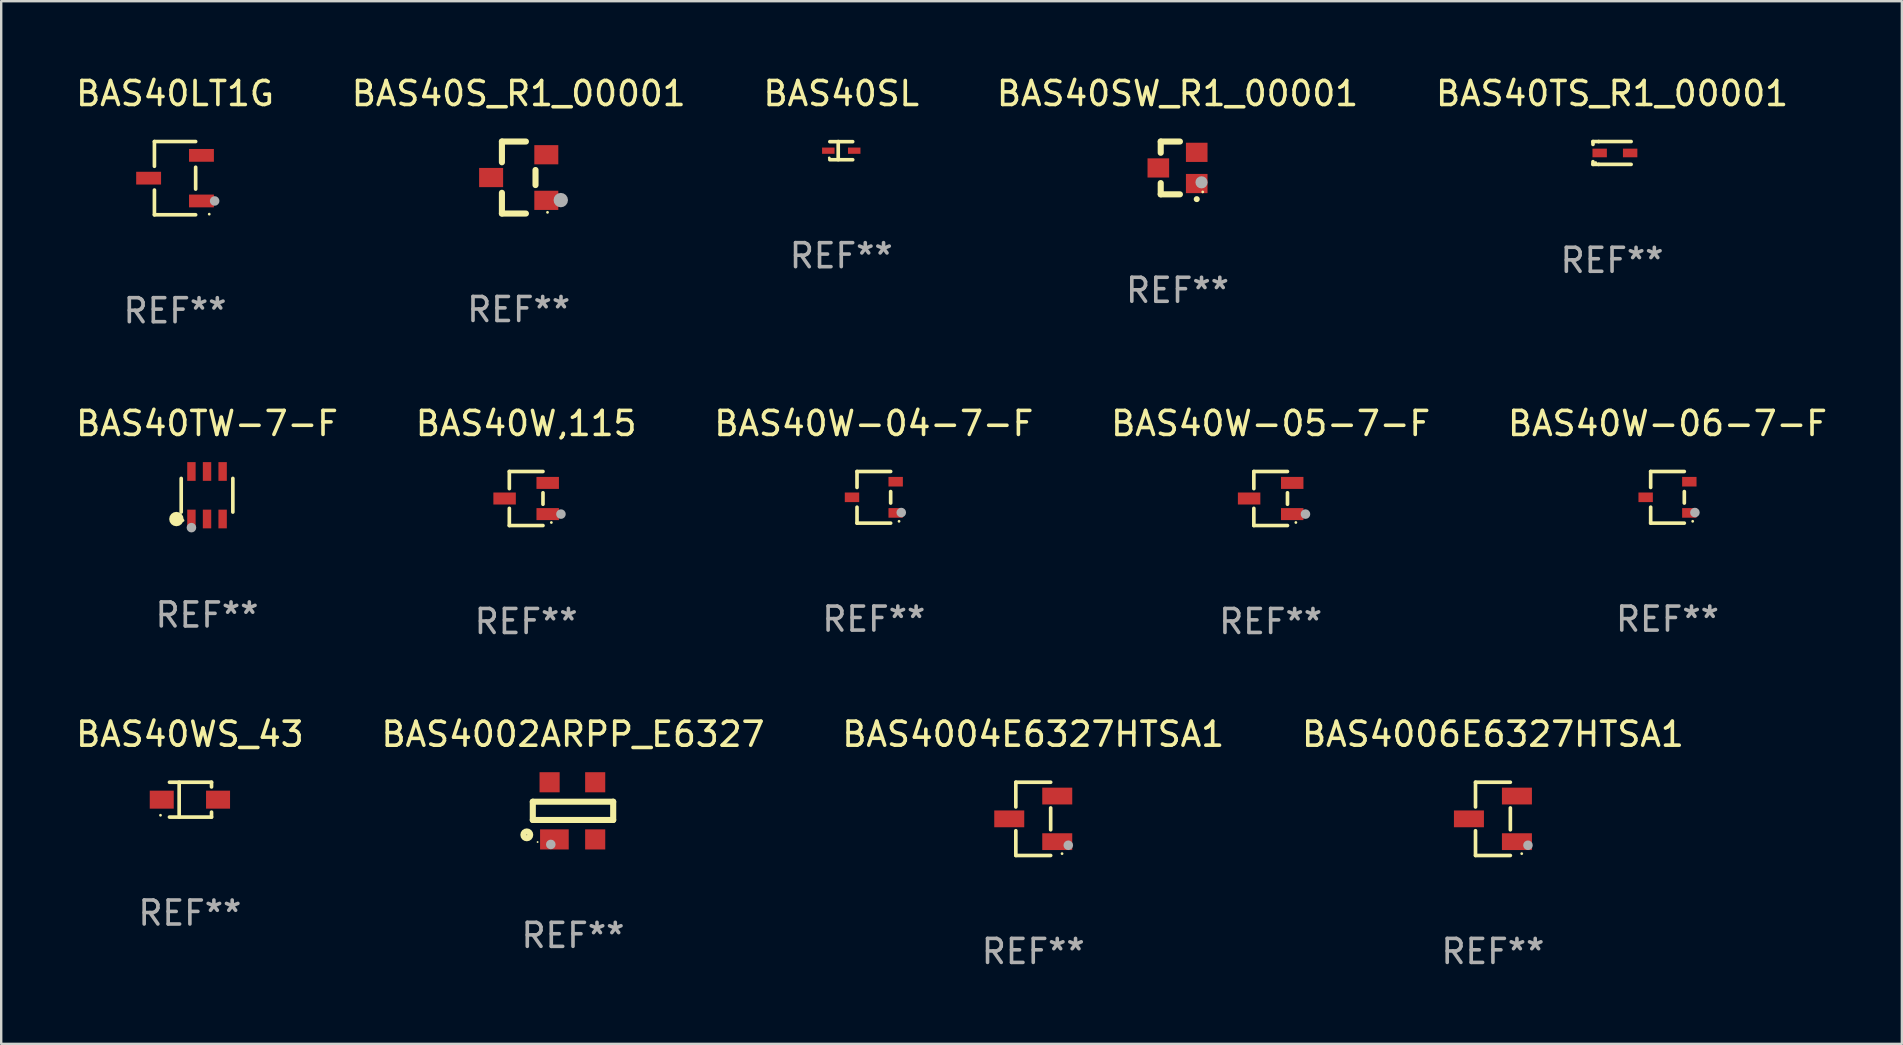
<source format=kicad_pcb>
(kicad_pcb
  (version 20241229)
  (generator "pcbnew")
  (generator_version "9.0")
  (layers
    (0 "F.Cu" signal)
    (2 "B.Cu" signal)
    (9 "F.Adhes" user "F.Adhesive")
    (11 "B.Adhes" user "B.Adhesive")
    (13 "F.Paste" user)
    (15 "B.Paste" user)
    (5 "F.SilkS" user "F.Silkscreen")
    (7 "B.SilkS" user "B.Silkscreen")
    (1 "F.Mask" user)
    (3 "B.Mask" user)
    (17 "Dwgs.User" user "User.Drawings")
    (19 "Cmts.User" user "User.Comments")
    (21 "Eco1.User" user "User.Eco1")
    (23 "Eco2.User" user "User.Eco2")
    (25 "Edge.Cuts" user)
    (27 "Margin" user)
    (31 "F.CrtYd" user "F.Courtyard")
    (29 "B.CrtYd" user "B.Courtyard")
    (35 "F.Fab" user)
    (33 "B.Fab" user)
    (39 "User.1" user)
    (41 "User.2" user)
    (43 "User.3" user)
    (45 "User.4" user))
  (footprint "BAS4006E6327HTSA1"
    (layer "F.Cu")
    (at 59.161 31.072)
    (property "Reference" "BAS4006E6327HTSA1" (at 0 -3.526 0) (layer "F.SilkS") (effects (font (size 1 1) (thickness 0.15))))
    (attr through_hole)
    (fp_line (start -0.726 -1.526) (end -0.726 -0.495) (stroke (width 0.152) (type solid)) (layer "F.SilkS"))
    (fp_line (start -0.726 1.526) (end -0.726 0.495) (stroke (width 0.152) (type solid)) (layer "F.SilkS"))
    (fp_line (start 0.726 -1.526) (end -0.726 -1.526) (stroke (width 0.152) (type solid)) (layer "F.SilkS"))
    (fp_line (start 0.726 -0.455) (end 0.726 0.455) (stroke (width 0.152) (type solid)) (layer "F.SilkS"))
    (fp_line (start 0.726 1.526) (end -0.726 1.526) (stroke (width 0.152) (type solid)) (layer "F.SilkS"))
    (fp_circle (center 1.2 1.45) (end 1.23 1.45) (stroke (width 0.06) (type solid)) (fill no) (layer "F.SilkS"))
    (fp_circle (center 1.46 1.1) (end 1.56 1.1) (stroke (width 0.2) (type solid)) (fill no) (layer "F.Fab"))
    (fp_text user "REF**" (at 0 5.526 0) (layer "F.Fab") (effects (font (size 1 1) (thickness 0.15))))
    (pad "1" smd rect (at 1 0.95) (size 1.25 0.7) (layers "F.Cu" "F.Mask" "F.Paste"))
    (pad "2" smd rect (at 1 -0.95) (size 1.25 0.7) (layers "F.Cu" "F.Mask" "F.Paste"))
    (pad "3" smd rect (at -1 0) (size 1.25 0.7) (layers "F.Cu" "F.Mask" "F.Paste")))
  (footprint "BAS40TS_R1_00001"
    (layer "F.Cu")
    (at 64.125 3.324)
    (property "Reference" "BAS40TS_R1_00001" (at 0 -2.476 0) (layer "F.SilkS") (effects (font (size 1 1) (thickness 0.15))))
    (attr through_hole)
    (fp_line (start -0.795 -0.476) (end -0.795 -0.356) (stroke (width 0.152) (type solid)) (layer "F.SilkS"))
    (fp_line (start -0.795 0.363) (end -0.795 0.476) (stroke (width 0.152) (type solid)) (layer "F.SilkS"))
    (fp_line (start -0.795 0.476) (end -0.557 0.476) (stroke (width 0.152) (type solid)) (layer "F.SilkS"))
    (fp_line (start -0.557 -0.476) (end -0.795 -0.476) (stroke (width 0.152) (type solid)) (layer "F.SilkS"))
    (fp_line (start -0.557 -0.476) (end 0.795 -0.476) (stroke (width 0.152) (type solid)) (layer "F.SilkS"))
    (fp_line (start -0.557 0.476) (end 0.795 0.476) (stroke (width 0.152) (type solid)) (layer "F.SilkS"))
    (fp_circle (center -0.681 0.4) (end -0.651 0.4) (stroke (width 0.06) (type solid)) (fill no) (layer "F.SilkS"))
    (fp_text user "REF**" (at 0 4.476 0) (layer "F.Fab") (effects (font (size 1 1) (thickness 0.15))))
    (pad "1" smd rect (at -0.516 -0.000051 180) (size 0.6 0.36) (layers "F.Cu" "F.Mask" "F.Paste"))
    (pad "2" smd rect (at 0.754 -0.000051 180) (size 0.6 0.36) (layers "F.Cu" "F.Mask" "F.Paste")))
  (footprint "BAS40W-06-7-F"
    (layer "F.Cu")
    (at 66.435 17.673)
    (property "Reference" "BAS40W-06-7-F" (at 0 -3.076 0) (layer "F.SilkS") (effects (font (size 1 1) (thickness 0.15))))
    (attr through_hole)
    (fp_line (start -0.701 -1.076) (end -0.701 -0.411) (stroke (width 0.152) (type solid)) (layer "F.SilkS"))
    (fp_line (start -0.701 1.076) (end -0.701 0.411) (stroke (width 0.152) (type solid)) (layer "F.SilkS"))
    (fp_line (start 0.701 -1.076) (end -0.701 -1.076) (stroke (width 0.152) (type solid)) (layer "F.SilkS"))
    (fp_line (start 0.701 -0.239) (end 0.701 0.239) (stroke (width 0.152) (type solid)) (layer "F.SilkS"))
    (fp_line (start 0.701 1.076) (end -0.701 1.076) (stroke (width 0.152) (type solid)) (layer "F.SilkS"))
    (fp_circle (center 1.05 1) (end 1.08 1) (stroke (width 0.06) (type solid)) (fill no) (layer "F.SilkS"))
    (fp_circle (center 1.143 0.635) (end 1.243 0.635) (stroke (width 0.2) (type solid)) (fill no) (layer "F.Fab"))
    (fp_text user "REF**" (at 0 5.076 0) (layer "F.Fab") (effects (font (size 1 1) (thickness 0.15))))
    (pad "1" smd rect (at 0.91 0.65) (size 0.6 0.4) (layers "F.Cu" "F.Mask" "F.Paste"))
    (pad "2" smd rect (at 0.91 -0.65) (size 0.6 0.4) (layers "F.Cu" "F.Mask" "F.Paste"))
    (pad "3" smd rect (at -0.91 0) (size 0.6 0.4) (layers "F.Cu" "F.Mask" "F.Paste")))
  (footprint "BAS40W,115"
    (layer "F.Cu")
    (at 18.875 17.723)
    (property "Reference" "BAS40W,115" (at 0 -3.126 0) (layer "F.SilkS") (effects (font (size 1 1) (thickness 0.15))))
    (attr through_hole)
    (fp_line (start -0.701 -1.126) (end -0.701 -0.411) (stroke (width 0.152) (type solid)) (layer "F.SilkS"))
    (fp_line (start -0.701 1.126) (end -0.701 0.411) (stroke (width 0.152) (type solid)) (layer "F.SilkS"))
    (fp_line (start 0.701 -1.126) (end -0.701 -1.126) (stroke (width 0.152) (type solid)) (layer "F.SilkS"))
    (fp_line (start 0.701 -0.239) (end 0.701 0.239) (stroke (width 0.152) (type solid)) (layer "F.SilkS"))
    (fp_line (start 0.701 1.126) (end -0.701 1.126) (stroke (width 0.152) (type solid)) (layer "F.SilkS"))
    (fp_circle (center 1.05 1) (end 1.08 1) (stroke (width 0.06) (type solid)) (fill no) (layer "F.SilkS"))
    (fp_circle (center 1.45 0.65) (end 1.55 0.65) (stroke (width 0.2) (type solid)) (fill no) (layer "F.Fab"))
    (fp_text user "REF**" (at 0 5.126 0) (layer "F.Fab") (effects (font (size 1 1) (thickness 0.15))))
    (pad "1" smd rect (at 0.898 0.65) (size 0.936 0.5) (layers "F.Cu" "F.Mask" "F.Paste"))
    (pad "2" smd rect (at 0.898 -0.65) (size 0.936 0.5) (layers "F.Cu" "F.Mask" "F.Paste"))
    (pad "3" smd rect (at -0.898 0) (size 0.936 0.5) (layers "F.Cu" "F.Mask" "F.Paste")))
  (footprint "BAS40SW_R1_00001"
    (layer "F.Cu")
    (at 46.018 3.948)
    (property "Reference" "BAS40SW_R1_00001" (at 0 -3.1 0) (layer "F.SilkS") (effects (font (size 1 1) (thickness 0.15))))
    (attr through_hole)
    (fp_line (start -0.7 -1.1) (end 0.1 -1.1) (stroke (width 0.254) (type solid)) (layer "F.SilkS"))
    (fp_line (start -0.7 -0.631) (end -0.7 -1.1) (stroke (width 0.254) (type solid)) (layer "F.SilkS"))
    (fp_line (start -0.7 1.1) (end -0.7 0.631) (stroke (width 0.254) (type solid)) (layer "F.SilkS"))
    (fp_line (start -0.7 1.1) (end 0.1 1.1) (stroke (width 0.254) (type solid)) (layer "F.SilkS"))
    (fp_arc (start 0.8 1.3) (mid 0.80127 1.299994) (end 0.80254 1.3) (stroke (width 0.24892) (type solid)) (layer "F.SilkS"))
    (fp_circle (center 1.05 1) (end 1.08 1) (stroke (width 0.06) (type solid)) (fill no) (layer "F.SilkS"))
    (fp_circle (center 1 0.6) (end 1.127 0.6) (stroke (width 0.254) (type solid)) (fill no) (layer "F.Fab"))
    (fp_text user "REF**" (at 0 5.1 0) (layer "F.Fab") (effects (font (size 1 1) (thickness 0.15))))
    (pad "1" smd rect (at 0.8 0.65 90) (size 0.8 0.9) (layers "F.Cu" "F.Mask" "F.Paste"))
    (pad "2" smd rect (at 0.8 -0.65 90) (size 0.8 0.9) (layers "F.Cu" "F.Mask" "F.Paste"))
    (pad "3" smd rect (at -0.8 0 90) (size 0.8 0.9) (layers "F.Cu" "F.Mask" "F.Paste")))
  (footprint "BAS40TW-7-F"
    (layer "F.Cu")
    (at 5.577 17.587)
    (property "Reference" "BAS40TW-7-F" (at 0 -2.99 0) (layer "F.SilkS") (effects (font (size 1 1) (thickness 0.15))))
    (attr through_hole)
    (fp_line (start -1.076 0.701) (end -1.076 -0.701) (stroke (width 0.152) (type solid)) (layer "F.SilkS"))
    (fp_line (start 1.076 0.701) (end 1.076 -0.701) (stroke (width 0.152) (type solid)) (layer "F.SilkS"))
    (fp_circle (center -1.277 0.992) (end -1.127 0.992) (stroke (width 0.3) (type solid)) (fill no) (layer "F.SilkS"))
    (fp_circle (center -1 1.05) (end -0.97 1.05) (stroke (width 0.06) (type solid)) (fill no) (layer "F.SilkS"))
    (fp_circle (center -0.65 1.35) (end -0.55 1.35) (stroke (width 0.2) (type solid)) (fill no) (layer "F.Fab"))
    (fp_text user "REF**" (at 0 4.99 0) (layer "F.Fab") (effects (font (size 1 1) (thickness 0.15))))
    (pad "1" smd rect (at -0.65 0.99) (size 0.35 0.78) (layers "F.Cu" "F.Mask" "F.Paste"))
    (pad "2" smd rect (at 0 0.99) (size 0.35 0.78) (layers "F.Cu" "F.Mask" "F.Paste"))
    (pad "3" smd rect (at 0.65 0.99) (size 0.35 0.78) (layers "F.Cu" "F.Mask" "F.Paste"))
    (pad "4" smd rect (at 0.65 -0.99) (size 0.35 0.78) (layers "F.Cu" "F.Mask" "F.Paste"))
    (pad "5" smd rect (at 0 -0.99) (size 0.35 0.78) (layers "F.Cu" "F.Mask" "F.Paste"))
    (pad "6" smd rect (at -0.65 -0.99) (size 0.35 0.78) (layers "F.Cu" "F.Mask" "F.Paste")))
  (footprint "BAS40S_R1_00001"
    (layer "F.Cu")
    (at 18.565 4.348)
    (property "Reference" "BAS40S_R1_00001" (at 0 -3.5 0) (layer "F.SilkS") (effects (font (size 1 1) (thickness 0.15))))
    (attr through_hole)
    (fp_line (start -0.7 -1.5) (end 0.3 -1.5) (stroke (width 0.254) (type solid)) (layer "F.SilkS"))
    (fp_line (start -0.7 -0.636) (end -0.7 -1.5) (stroke (width 0.254) (type solid)) (layer "F.SilkS"))
    (fp_line (start -0.7 1.5) (end -0.7 0.636) (stroke (width 0.254) (type solid)) (layer "F.SilkS"))
    (fp_line (start -0.7 1.5) (end 0.3 1.5) (stroke (width 0.254) (type solid)) (layer "F.SilkS"))
    (fp_line (start 0.7 0.314) (end 0.7 -0.314) (stroke (width 0.254) (type solid)) (layer "F.SilkS"))
    (fp_circle (center 1.2 1.45) (end 1.23 1.45) (stroke (width 0.06) (type solid)) (fill no) (layer "F.SilkS"))
    (fp_circle (center 1.753 0.94) (end 1.903 0.94) (stroke (width 0.3) (type solid)) (fill no) (layer "F.Fab"))
    (fp_text user "REF**" (at 0 5.5 0) (layer "F.Fab") (effects (font (size 1 1) (thickness 0.15))))
    (pad "1" smd rect (at 1.15 0.95 180) (size 1 0.8) (layers "F.Cu" "F.Mask" "F.Paste"))
    (pad "2" smd rect (at 1.15 -0.95 180) (size 1 0.8) (layers "F.Cu" "F.Mask" "F.Paste"))
    (pad "3" smd rect (at -1.15 -0.000051 180) (size 1 0.8) (layers "F.Cu" "F.Mask" "F.Paste")))
  (footprint "BAS40W-05-7-F"
    (layer "F.Cu")
    (at 49.899 17.723)
    (property "Reference" "BAS40W-05-7-F" (at 0 -3.126 0) (layer "F.SilkS") (effects (font (size 1 1) (thickness 0.15))))
    (attr through_hole)
    (fp_line (start -0.701 -1.126) (end -0.701 -0.411) (stroke (width 0.152) (type solid)) (layer "F.SilkS"))
    (fp_line (start -0.701 1.126) (end -0.701 0.411) (stroke (width 0.152) (type solid)) (layer "F.SilkS"))
    (fp_line (start 0.701 -1.126) (end -0.701 -1.126) (stroke (width 0.152) (type solid)) (layer "F.SilkS"))
    (fp_line (start 0.701 -0.239) (end 0.701 0.239) (stroke (width 0.152) (type solid)) (layer "F.SilkS"))
    (fp_line (start 0.701 1.126) (end -0.701 1.126) (stroke (width 0.152) (type solid)) (layer "F.SilkS"))
    (fp_circle (center 1.05 1) (end 1.08 1) (stroke (width 0.06) (type solid)) (fill no) (layer "F.SilkS"))
    (fp_circle (center 1.45 0.65) (end 1.55 0.65) (stroke (width 0.2) (type solid)) (fill no) (layer "F.Fab"))
    (fp_text user "REF**" (at 0 5.126 0) (layer "F.Fab") (effects (font (size 1 1) (thickness 0.15))))
    (pad "1" smd rect (at 0.898 0.65) (size 0.936 0.5) (layers "F.Cu" "F.Mask" "F.Paste"))
    (pad "2" smd rect (at 0.898 -0.65) (size 0.936 0.5) (layers "F.Cu" "F.Mask" "F.Paste"))
    (pad "3" smd rect (at -0.898 0) (size 0.936 0.5) (layers "F.Cu" "F.Mask" "F.Paste")))
  (footprint "BAS4002ARPP_E6327"
    (layer "F.Cu")
    (at 20.827 30.738)
    (property "Reference" "BAS4002ARPP_E6327" (at 0 -3.191 0) (layer "F.SilkS") (effects (font (size 1 1) (thickness 0.15))))
    (attr through_hole)
    (fp_line (start -1.675 -0.38) (end -1.675 0.38) (stroke (width 0.254) (type solid)) (layer "F.SilkS"))
    (fp_line (start -1.675 -0.38) (end 1.675 -0.38) (stroke (width 0.254) (type solid)) (layer "F.SilkS"))
    (fp_line (start -1.675 0.38) (end 1.675 0.38) (stroke (width 0.254) (type solid)) (layer "F.SilkS"))
    (fp_line (start 1.675 -0.38) (end 1.675 0.38) (stroke (width 0.254) (type solid)) (layer "F.SilkS"))
    (fp_circle (center -1.925 1) (end -1.783 1) (stroke (width 0.254) (type solid)) (fill no) (layer "F.SilkS"))
    (fp_circle (center -1.475 1.3) (end -1.455 1.3) (stroke (width 0.04) (type solid)) (fill no) (layer "F.SilkS"))
    (fp_circle (center -0.925 1.4) (end -0.825 1.4) (stroke (width 0.2) (type solid)) (fill no) (layer "F.Fab"))
    (fp_text user "REF**" (at 0 5.191 0) (layer "F.Fab") (effects (font (size 1 1) (thickness 0.15))))
    (pad "1" smd rect (at -0.775 1.191) (size 1.194 0.838) (layers "F.Cu" "F.Mask" "F.Paste"))
    (pad "2" smd rect (at 0.925 1.191) (size 0.838 0.838) (layers "F.Cu" "F.Mask" "F.Paste"))
    (pad "3" smd rect (at 0.925 -1.191) (size 0.838 0.838) (layers "F.Cu" "F.Mask" "F.Paste"))
    (pad "4" smd rect (at -0.975 -1.191) (size 0.838 0.838) (layers "F.Cu" "F.Mask" "F.Paste")))
  (footprint "BAS40W-04-7-F"
    (layer "F.Cu")
    (at 33.363 17.673)
    (property "Reference" "BAS40W-04-7-F" (at 0 -3.076 0) (layer "F.SilkS") (effects (font (size 1 1) (thickness 0.15))))
    (attr through_hole)
    (fp_line (start -0.701 -1.076) (end -0.701 -0.411) (stroke (width 0.152) (type solid)) (layer "F.SilkS"))
    (fp_line (start -0.701 1.076) (end -0.701 0.411) (stroke (width 0.152) (type solid)) (layer "F.SilkS"))
    (fp_line (start 0.701 -1.076) (end -0.701 -1.076) (stroke (width 0.152) (type solid)) (layer "F.SilkS"))
    (fp_line (start 0.701 -0.239) (end 0.701 0.239) (stroke (width 0.152) (type solid)) (layer "F.SilkS"))
    (fp_line (start 0.701 1.076) (end -0.701 1.076) (stroke (width 0.152) (type solid)) (layer "F.SilkS"))
    (fp_circle (center 1.05 1) (end 1.08 1) (stroke (width 0.06) (type solid)) (fill no) (layer "F.SilkS"))
    (fp_circle (center 1.143 0.635) (end 1.243 0.635) (stroke (width 0.2) (type solid)) (fill no) (layer "F.Fab"))
    (fp_text user "REF**" (at 0 5.076 0) (layer "F.Fab") (effects (font (size 1 1) (thickness 0.15))))
    (pad "1" smd rect (at 0.91 0.65) (size 0.6 0.4) (layers "F.Cu" "F.Mask" "F.Paste"))
    (pad "2" smd rect (at 0.91 -0.65) (size 0.6 0.4) (layers "F.Cu" "F.Mask" "F.Paste"))
    (pad "3" smd rect (at -0.91 0) (size 0.6 0.4) (layers "F.Cu" "F.Mask" "F.Paste")))
  (footprint "BAS4004E6327HTSA1"
    (layer "F.Cu")
    (at 40.006 31.072)
    (property "Reference" "BAS4004E6327HTSA1" (at 0 -3.526 0) (layer "F.SilkS") (effects (font (size 1 1) (thickness 0.15))))
    (attr through_hole)
    (fp_line (start -0.726 -1.526) (end -0.726 -0.495) (stroke (width 0.152) (type solid)) (layer "F.SilkS"))
    (fp_line (start -0.726 1.526) (end -0.726 0.495) (stroke (width 0.152) (type solid)) (layer "F.SilkS"))
    (fp_line (start 0.726 -1.526) (end -0.726 -1.526) (stroke (width 0.152) (type solid)) (layer "F.SilkS"))
    (fp_line (start 0.726 -0.455) (end 0.726 0.455) (stroke (width 0.152) (type solid)) (layer "F.SilkS"))
    (fp_line (start 0.726 1.526) (end -0.726 1.526) (stroke (width 0.152) (type solid)) (layer "F.SilkS"))
    (fp_circle (center 1.2 1.45) (end 1.23 1.45) (stroke (width 0.06) (type solid)) (fill no) (layer "F.SilkS"))
    (fp_circle (center 1.46 1.1) (end 1.56 1.1) (stroke (width 0.2) (type solid)) (fill no) (layer "F.Fab"))
    (fp_text user "REF**" (at 0 5.526 0) (layer "F.Fab") (effects (font (size 1 1) (thickness 0.15))))
    (pad "1" smd rect (at 1 0.95) (size 1.25 0.7) (layers "F.Cu" "F.Mask" "F.Paste"))
    (pad "2" smd rect (at 1 -0.95) (size 1.25 0.7) (layers "F.Cu" "F.Mask" "F.Paste"))
    (pad "3" smd rect (at -1 0) (size 1.25 0.7) (layers "F.Cu" "F.Mask" "F.Paste")))
  (footprint "BAS40WS_43"
    (layer "F.Cu")
    (at 4.863 30.272)
    (property "Reference" "BAS40WS_43" (at 0 -2.726 0) (layer "F.SilkS") (effects (font (size 1 1) (thickness 0.15))))
    (attr through_hole)
    (fp_line (start -0.851 -0.726) (end 0.901 -0.726) (stroke (width 0.152) (type solid)) (layer "F.SilkS"))
    (fp_line (start -0.851 0.726) (end 0.901 0.726) (stroke (width 0.152) (type solid)) (layer "F.SilkS"))
    (fp_line (start -0.447 -0.726) (end -0.447 0.726) (stroke (width 0.152) (type solid)) (layer "F.SilkS"))
    (fp_line (start 0.901 -0.726) (end 0.901 -0.53) (stroke (width 0.152) (type solid)) (layer "F.SilkS"))
    (fp_line (start 0.901 0.726) (end 0.901 0.52) (stroke (width 0.152) (type solid)) (layer "F.SilkS"))
    (fp_circle (center -1.225 0.65) (end -1.195 0.65) (stroke (width 0.06) (type solid)) (fill no) (layer "F.SilkS"))
    (fp_text user "REF**" (at 0 4.726 0) (layer "F.Fab") (effects (font (size 1 1) (thickness 0.15))))
    (pad "1" smd rect (at -1.173 0) (size 1 0.75) (layers "F.Cu" "F.Mask" "F.Paste"))
    (pad "2" smd rect (at 1.173 0) (size 1 0.75) (layers "F.Cu" "F.Mask" "F.Paste")))
  (footprint "BAS40LT1G"
    (layer "F.Cu")
    (at 4.244 4.374)
    (property "Reference" "BAS40LT1G" (at 0 -3.526 0) (layer "F.SilkS") (effects (font (size 1 1) (thickness 0.15))))
    (attr through_hole)
    (fp_line (start -0.859 -1.526) (end -0.859 -0.495) (stroke (width 0.152) (type solid)) (layer "F.SilkS"))
    (fp_line (start -0.859 1.526) (end -0.859 0.495) (stroke (width 0.152) (type solid)) (layer "F.SilkS"))
    (fp_line (start 0.859 -1.526) (end -0.859 -1.526) (stroke (width 0.152) (type solid)) (layer "F.SilkS"))
    (fp_line (start 0.859 -0.455) (end 0.859 0.455) (stroke (width 0.152) (type solid)) (layer "F.SilkS"))
    (fp_line (start 0.859 1.526) (end -0.859 1.526) (stroke (width 0.152) (type solid)) (layer "F.SilkS"))
    (fp_circle (center 1.425 1.5) (end 1.455 1.5) (stroke (width 0.06) (type solid)) (fill no) (layer "F.SilkS"))
    (fp_circle (center 1.65 0.95) (end 1.75 0.95) (stroke (width 0.2) (type solid)) (fill no) (layer "F.Fab"))
    (fp_text user "REF**" (at 0 5.526 0) (layer "F.Fab") (effects (font (size 1 1) (thickness 0.15))))
    (pad "1" smd rect (at 1.101 0.95) (size 1.037 0.532) (layers "F.Cu" "F.Mask" "F.Paste"))
    (pad "2" smd rect (at 1.101 -0.95) (size 1.037 0.532) (layers "F.Cu" "F.Mask" "F.Paste"))
    (pad "3" smd rect (at -1.101 0) (size 1.037 0.532) (layers "F.Cu" "F.Mask" "F.Paste")))
  (footprint "BAS40SL"
    (layer "F.Cu")
    (at 32.006 3.227)
    (property "Reference" "BAS40SL" (at 0 -2.379 0) (layer "F.SilkS") (effects (font (size 1 1) (thickness 0.15))))
    (attr through_hole)
    (fp_line (start -0.476 -0.374) (end 0.476 -0.374) (stroke (width 0.152) (type solid)) (layer "F.SilkS"))
    (fp_line (start -0.476 0.379) (end 0.476 0.379) (stroke (width 0.152) (type solid)) (layer "F.SilkS"))
    (fp_line (start -0.127 -0.379) (end -0.127 0.374) (stroke (width 0.152) (type solid)) (layer "F.SilkS"))
    (fp_circle (center -0.5 0.302) (end -0.47 0.302) (stroke (width 0.06) (type solid)) (fill no) (layer "F.SilkS"))
    (fp_text user "REF**" (at 0 4.379 0) (layer "F.Fab") (effects (font (size 1 1) (thickness 0.15))))
    (pad "1" smd rect (at -0.54 0.002 180) (size 0.52 0.26) (layers "F.Cu" "F.Mask" "F.Paste"))
    (pad "2" smd rect (at 0.54 0.002 180) (size 0.52 0.26) (layers "F.Cu" "F.Mask" "F.Paste")))
  (gr_rect
    (start -3 -3)
    (end 76.202 40.447)
    (stroke (width 0.1) (type default))
    (fill no)
    (layer "Edge.Cuts")))
</source>
